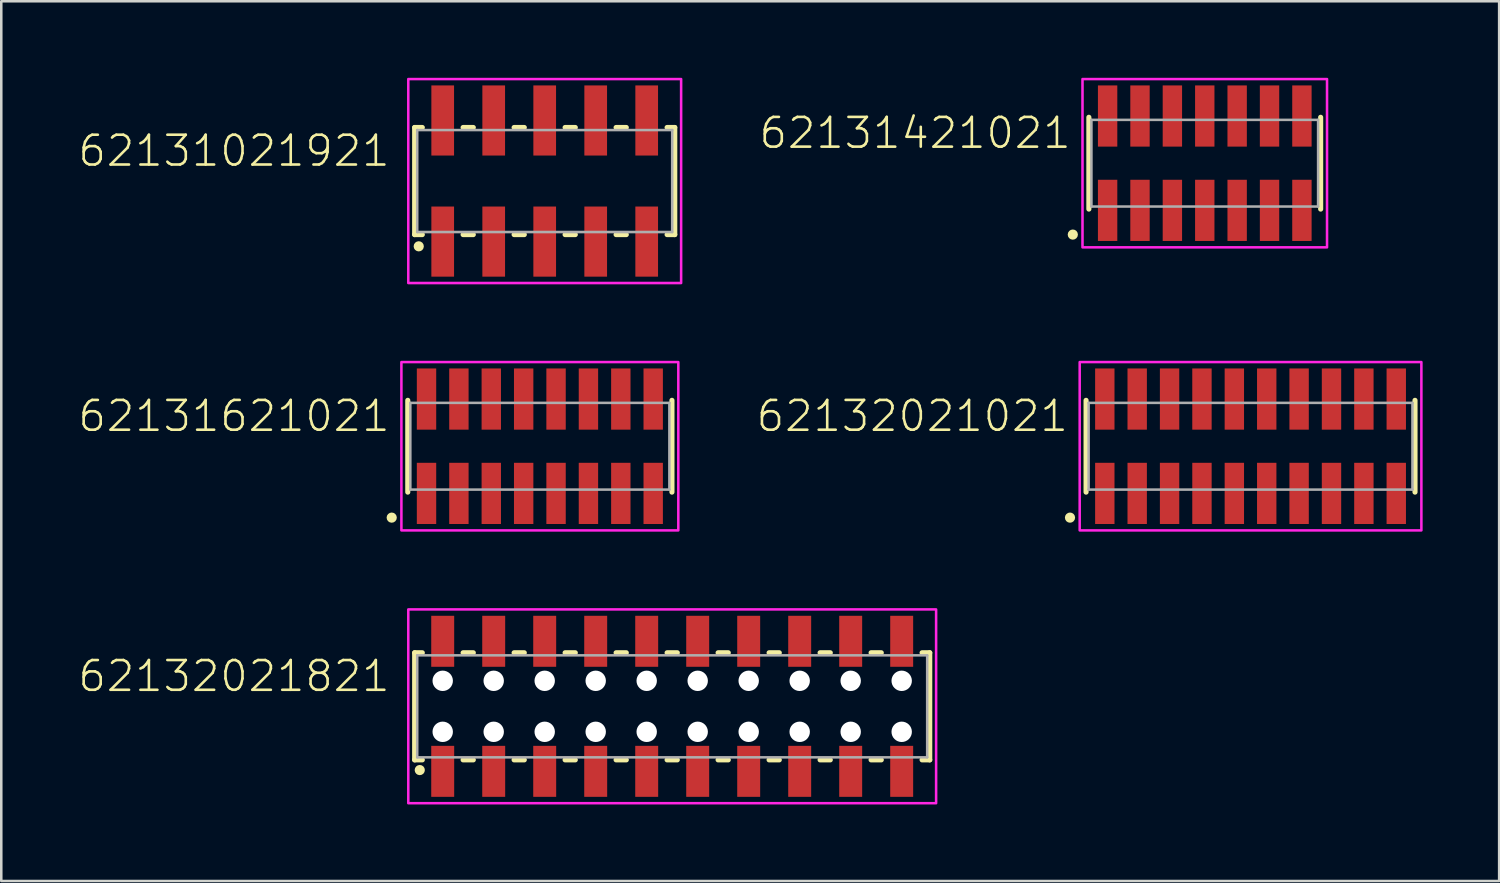
<source format=kicad_pcb>
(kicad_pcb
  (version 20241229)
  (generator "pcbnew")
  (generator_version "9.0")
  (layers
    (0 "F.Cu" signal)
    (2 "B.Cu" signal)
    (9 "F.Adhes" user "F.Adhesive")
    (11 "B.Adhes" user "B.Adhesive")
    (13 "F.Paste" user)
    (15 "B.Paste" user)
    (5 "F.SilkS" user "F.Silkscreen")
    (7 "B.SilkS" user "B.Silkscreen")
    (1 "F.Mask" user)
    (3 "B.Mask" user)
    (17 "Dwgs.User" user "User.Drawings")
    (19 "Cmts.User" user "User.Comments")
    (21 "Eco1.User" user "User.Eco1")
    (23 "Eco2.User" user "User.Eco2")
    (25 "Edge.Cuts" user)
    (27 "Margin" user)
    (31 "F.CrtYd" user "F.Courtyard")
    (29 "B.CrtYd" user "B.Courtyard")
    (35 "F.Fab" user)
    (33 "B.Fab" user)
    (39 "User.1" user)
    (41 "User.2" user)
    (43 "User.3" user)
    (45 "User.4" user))
  (footprint "62131021921"
    (layer "F.Cu")
    (at 18.312 4.05)
    (property "Reference" "62131021921" (at -6 -0.5 0) (unlocked yes) (layer "F.SilkS") (effects (font (size 1.168 1.168) (thickness 0.102)) (justify right bottom)))
    (fp_line (start -5.1 -2.1) (end -5.1 2.1) (stroke (width 0.2) (type solid)) (layer "F.SilkS"))
    (fp_line (start -5.1 2.1) (end -4.8 2.1) (stroke (width 0.2) (type solid)) (layer "F.SilkS"))
    (fp_line (start -4.8 -2.1) (end -5.1 -2.1) (stroke (width 0.2) (type solid)) (layer "F.SilkS"))
    (fp_line (start -3.2 -2.1) (end -2.8 -2.1) (stroke (width 0.2) (type solid)) (layer "F.SilkS"))
    (fp_line (start -2.8 2.1) (end -3.2 2.1) (stroke (width 0.2) (type solid)) (layer "F.SilkS"))
    (fp_line (start -1.2 -2.1) (end -0.8 -2.1) (stroke (width 0.2) (type solid)) (layer "F.SilkS"))
    (fp_line (start -0.8 2.1) (end -1.2 2.1) (stroke (width 0.2) (type solid)) (layer "F.SilkS"))
    (fp_line (start 0.8 -2.1) (end 1.2 -2.1) (stroke (width 0.2) (type solid)) (layer "F.SilkS"))
    (fp_line (start 1.2 2.1) (end 0.8 2.1) (stroke (width 0.2) (type solid)) (layer "F.SilkS"))
    (fp_line (start 2.8 -2.1) (end 3.2 -2.1) (stroke (width 0.2) (type solid)) (layer "F.SilkS"))
    (fp_line (start 3.2 2.1) (end 2.8 2.1) (stroke (width 0.2) (type solid)) (layer "F.SilkS"))
    (fp_line (start 4.8 -2.1) (end 5.1 -2.1) (stroke (width 0.2) (type solid)) (layer "F.SilkS"))
    (fp_line (start 5.1 -2.1) (end 5.1 2.1) (stroke (width 0.2) (type solid)) (layer "F.SilkS"))
    (fp_line (start 5.1 2.1) (end 4.8 2.1) (stroke (width 0.2) (type solid)) (layer "F.SilkS"))
    (fp_circle (center -4.94 2.56) (end -4.84 2.56) (stroke (width 0.2) (type solid)) (fill no) (layer "F.SilkS"))
    (fp_poly (pts (xy 5.35 4) (xy -5.35 4) (xy -5.35 -4) (xy 5.35 -4)) (stroke (width 0.1) (type default)) (fill no) (layer "F.CrtYd"))
    (fp_line (start -5 -2) (end 5 -2) (stroke (width 0.1) (type solid)) (layer "F.Fab"))
    (fp_line (start -5 2) (end -5 -2) (stroke (width 0.1) (type solid)) (layer "F.Fab"))
    (fp_line (start 5 -2) (end 5 2) (stroke (width 0.1) (type solid)) (layer "F.Fab"))
    (fp_line (start 5 2) (end -5 2) (stroke (width 0.1) (type solid)) (layer "F.Fab"))
    (pad "1" smd rect (at -4 2.375) (size 0.89 2.75) (layers "F.Cu" "F.Mask" "F.Paste"))
    (pad "2" smd rect (at -4 -2.375) (size 0.89 2.75) (layers "F.Cu" "F.Mask" "F.Paste"))
    (pad "3" smd rect (at -2 2.375) (size 0.89 2.75) (layers "F.Cu" "F.Mask" "F.Paste"))
    (pad "4" smd rect (at -2 -2.375) (size 0.89 2.75) (layers "F.Cu" "F.Mask" "F.Paste"))
    (pad "5" smd rect (at 0 2.375) (size 0.89 2.75) (layers "F.Cu" "F.Mask" "F.Paste"))
    (pad "6" smd rect (at 0 -2.375) (size 0.89 2.75) (layers "F.Cu" "F.Mask" "F.Paste"))
    (pad "7" smd rect (at 2 2.375) (size 0.89 2.75) (layers "F.Cu" "F.Mask" "F.Paste"))
    (pad "8" smd rect (at 2 -2.375) (size 0.89 2.75) (layers "F.Cu" "F.Mask" "F.Paste"))
    (pad "9" smd rect (at 4 2.375) (size 0.89 2.75) (layers "F.Cu" "F.Mask" "F.Paste"))
    (pad "10" smd rect (at 4 -2.375) (size 0.89 2.75) (layers "F.Cu" "F.Mask" "F.Paste")))
  (footprint "62132021021"
    (layer "F.Cu")
    (at 45.993 14.45)
    (property "Reference" "62132021021" (at -7.08 -0.5 0) (unlocked yes) (layer "F.SilkS") (effects (font (size 1.168 1.168) (thickness 0.102)) (justify right bottom)))
    (fp_line (start -6.45 -1.8) (end -6.45 1.8) (stroke (width 0.2) (type solid)) (layer "F.SilkS"))
    (fp_line (start 6.45 1.8) (end 6.45 -1.8) (stroke (width 0.2) (type solid)) (layer "F.SilkS"))
    (fp_circle (center -7.08 2.8) (end -6.98 2.8) (stroke (width 0.2) (type solid)) (fill no) (layer "F.SilkS"))
    (fp_poly (pts (xy 6.7 3.3) (xy -6.7 3.3) (xy -6.7 -3.3) (xy 6.7 -3.3)) (stroke (width 0.1) (type default)) (fill no) (layer "F.CrtYd"))
    (fp_line (start -6.35 -1.7) (end -6.35 1.7) (stroke (width 0.1) (type solid)) (layer "F.Fab"))
    (fp_line (start -6.35 1.7) (end 6.35 1.7) (stroke (width 0.1) (type solid)) (layer "F.Fab"))
    (fp_line (start 6.35 -1.7) (end -6.35 -1.7) (stroke (width 0.1) (type solid)) (layer "F.Fab"))
    (fp_line (start 6.35 1.7) (end 6.35 -1.7) (stroke (width 0.1) (type solid)) (layer "F.Fab"))
    (pad "1" smd rect (at -5.715 1.85) (size 0.76 2.4) (layers "F.Cu" "F.Mask" "F.Paste"))
    (pad "2" smd rect (at -5.715 -1.85) (size 0.76 2.4) (layers "F.Cu" "F.Mask" "F.Paste"))
    (pad "3" smd rect (at -4.445 1.85) (size 0.76 2.4) (layers "F.Cu" "F.Mask" "F.Paste"))
    (pad "4" smd rect (at -4.445 -1.85) (size 0.76 2.4) (layers "F.Cu" "F.Mask" "F.Paste"))
    (pad "5" smd rect (at -3.175 1.85) (size 0.76 2.4) (layers "F.Cu" "F.Mask" "F.Paste"))
    (pad "6" smd rect (at -3.175 -1.85) (size 0.76 2.4) (layers "F.Cu" "F.Mask" "F.Paste"))
    (pad "7" smd rect (at -1.905 1.85) (size 0.76 2.4) (layers "F.Cu" "F.Mask" "F.Paste"))
    (pad "8" smd rect (at -1.905 -1.85) (size 0.76 2.4) (layers "F.Cu" "F.Mask" "F.Paste"))
    (pad "9" smd rect (at -0.635 1.85) (size 0.76 2.4) (layers "F.Cu" "F.Mask" "F.Paste"))
    (pad "10" smd rect (at -0.635 -1.85) (size 0.76 2.4) (layers "F.Cu" "F.Mask" "F.Paste"))
    (pad "11" smd rect (at 0.635 1.85) (size 0.76 2.4) (layers "F.Cu" "F.Mask" "F.Paste"))
    (pad "12" smd rect (at 0.635 -1.85) (size 0.76 2.4) (layers "F.Cu" "F.Mask" "F.Paste"))
    (pad "13" smd rect (at 1.905 1.85) (size 0.76 2.4) (layers "F.Cu" "F.Mask" "F.Paste"))
    (pad "14" smd rect (at 1.905 -1.85) (size 0.76 2.4) (layers "F.Cu" "F.Mask" "F.Paste"))
    (pad "15" smd rect (at 3.175 1.85) (size 0.76 2.4) (layers "F.Cu" "F.Mask" "F.Paste"))
    (pad "16" smd rect (at 3.175 -1.85) (size 0.76 2.4) (layers "F.Cu" "F.Mask" "F.Paste"))
    (pad "17" smd rect (at 4.445 1.85) (size 0.76 2.4) (layers "F.Cu" "F.Mask" "F.Paste"))
    (pad "18" smd rect (at 4.445 -1.85) (size 0.76 2.4) (layers "F.Cu" "F.Mask" "F.Paste"))
    (pad "19" smd rect (at 5.715 1.85) (size 0.76 2.4) (layers "F.Cu" "F.Mask" "F.Paste"))
    (pad "20" smd rect (at 5.715 -1.85) (size 0.76 2.4) (layers "F.Cu" "F.Mask" "F.Paste")))
  (footprint "62132021821"
    (layer "F.Cu")
    (at 23.312 24.65)
    (property "Reference" "62132021821" (at -11 -0.5 0) (unlocked yes) (layer "F.SilkS") (effects (font (size 1.168 1.168) (thickness 0.102)) (justify right bottom)))
    (fp_line (start -10.1 -2.1) (end -10.1 2.1) (stroke (width 0.2) (type solid)) (layer "F.SilkS"))
    (fp_line (start -10.1 2.1) (end -9.8 2.1) (stroke (width 0.2) (type solid)) (layer "F.SilkS"))
    (fp_line (start -9.8 -2.1) (end -10.1 -2.1) (stroke (width 0.2) (type solid)) (layer "F.SilkS"))
    (fp_line (start -8.2 -2.1) (end -7.8 -2.1) (stroke (width 0.2) (type solid)) (layer "F.SilkS"))
    (fp_line (start -8.2 2.1) (end -7.8 2.1) (stroke (width 0.2) (type solid)) (layer "F.SilkS"))
    (fp_line (start -6.2 -2.1) (end -5.8 -2.1) (stroke (width 0.2) (type solid)) (layer "F.SilkS"))
    (fp_line (start -6.2 2.1) (end -5.8 2.1) (stroke (width 0.2) (type solid)) (layer "F.SilkS"))
    (fp_line (start -4.2 -2.1) (end -3.8 -2.1) (stroke (width 0.2) (type solid)) (layer "F.SilkS"))
    (fp_line (start -4.2 2.1) (end -3.8 2.1) (stroke (width 0.2) (type solid)) (layer "F.SilkS"))
    (fp_line (start -2.2 -2.1) (end -1.8 -2.1) (stroke (width 0.2) (type solid)) (layer "F.SilkS"))
    (fp_line (start -2.2 2.1) (end -1.8 2.1) (stroke (width 0.2) (type solid)) (layer "F.SilkS"))
    (fp_line (start -0.2 -2.1) (end 0.2 -2.1) (stroke (width 0.2) (type solid)) (layer "F.SilkS"))
    (fp_line (start -0.2 2.1) (end 0.2 2.1) (stroke (width 0.2) (type solid)) (layer "F.SilkS"))
    (fp_line (start 1.8 -2.1) (end 2.2 -2.1) (stroke (width 0.2) (type solid)) (layer "F.SilkS"))
    (fp_line (start 1.8 2.1) (end 2.2 2.1) (stroke (width 0.2) (type solid)) (layer "F.SilkS"))
    (fp_line (start 3.8 -2.1) (end 4.2 -2.1) (stroke (width 0.2) (type solid)) (layer "F.SilkS"))
    (fp_line (start 3.8 2.1) (end 4.2 2.1) (stroke (width 0.2) (type solid)) (layer "F.SilkS"))
    (fp_line (start 5.8 -2.1) (end 6.2 -2.1) (stroke (width 0.2) (type solid)) (layer "F.SilkS"))
    (fp_line (start 5.8 2.1) (end 6.2 2.1) (stroke (width 0.2) (type solid)) (layer "F.SilkS"))
    (fp_line (start 7.8 -2.1) (end 8.2 -2.1) (stroke (width 0.2) (type solid)) (layer "F.SilkS"))
    (fp_line (start 7.8 2.1) (end 8.2 2.1) (stroke (width 0.2) (type solid)) (layer "F.SilkS"))
    (fp_line (start 9.8 -2.1) (end 10.1 -2.1) (stroke (width 0.2) (type solid)) (layer "F.SilkS"))
    (fp_line (start 10.1 -2.1) (end 10.1 2.1) (stroke (width 0.2) (type solid)) (layer "F.SilkS"))
    (fp_line (start 10.1 2.1) (end 9.8 2.1) (stroke (width 0.2) (type solid)) (layer "F.SilkS"))
    (fp_circle (center -9.9 2.5) (end -9.8 2.5) (stroke (width 0.2) (type solid)) (fill no) (layer "F.SilkS"))
    (fp_poly (pts (xy 10.35 3.8) (xy -10.35 3.8) (xy -10.35 -3.8) (xy 10.35 -3.8)) (stroke (width 0.1) (type default)) (fill no) (layer "F.CrtYd"))
    (fp_line (start -10 -2) (end 10 -2) (stroke (width 0.1) (type solid)) (layer "F.Fab"))
    (fp_line (start -10 2) (end -10 -2) (stroke (width 0.1) (type solid)) (layer "F.Fab"))
    (fp_line (start 10 -2) (end 10 2) (stroke (width 0.1) (type solid)) (layer "F.Fab"))
    (fp_line (start 10 2) (end -10 2) (stroke (width 0.1) (type solid)) (layer "F.Fab"))
    (pad "" np_thru_hole circle (at -9 -1) (size 0.8 0.8) (drill 0.8) (layers "*.Cu" "*.Mask"))
    (pad "" np_thru_hole circle (at -9 1) (size 0.8 0.8) (drill 0.8) (layers "*.Cu" "*.Mask"))
    (pad "" np_thru_hole circle (at -7 -1) (size 0.8 0.8) (drill 0.8) (layers "*.Cu" "*.Mask"))
    (pad "" np_thru_hole circle (at -7 1) (size 0.8 0.8) (drill 0.8) (layers "*.Cu" "*.Mask"))
    (pad "" np_thru_hole circle (at -5 -1) (size 0.8 0.8) (drill 0.8) (layers "*.Cu" "*.Mask"))
    (pad "" np_thru_hole circle (at -5 1) (size 0.8 0.8) (drill 0.8) (layers "*.Cu" "*.Mask"))
    (pad "" np_thru_hole circle (at -3 -1) (size 0.8 0.8) (drill 0.8) (layers "*.Cu" "*.Mask"))
    (pad "" np_thru_hole circle (at -3 1) (size 0.8 0.8) (drill 0.8) (layers "*.Cu" "*.Mask"))
    (pad "" np_thru_hole circle (at -1 -1) (size 0.8 0.8) (drill 0.8) (layers "*.Cu" "*.Mask"))
    (pad "" np_thru_hole circle (at -1 1) (size 0.8 0.8) (drill 0.8) (layers "*.Cu" "*.Mask"))
    (pad "" np_thru_hole circle (at 1 -1) (size 0.8 0.8) (drill 0.8) (layers "*.Cu" "*.Mask"))
    (pad "" np_thru_hole circle (at 1 1) (size 0.8 0.8) (drill 0.8) (layers "*.Cu" "*.Mask"))
    (pad "" np_thru_hole circle (at 3 -1) (size 0.8 0.8) (drill 0.8) (layers "*.Cu" "*.Mask"))
    (pad "" np_thru_hole circle (at 3 1) (size 0.8 0.8) (drill 0.8) (layers "*.Cu" "*.Mask"))
    (pad "" np_thru_hole circle (at 5 -1) (size 0.8 0.8) (drill 0.8) (layers "*.Cu" "*.Mask"))
    (pad "" np_thru_hole circle (at 5 1) (size 0.8 0.8) (drill 0.8) (layers "*.Cu" "*.Mask"))
    (pad "" np_thru_hole circle (at 7 -1) (size 0.8 0.8) (drill 0.8) (layers "*.Cu" "*.Mask"))
    (pad "" np_thru_hole circle (at 7 1) (size 0.8 0.8) (drill 0.8) (layers "*.Cu" "*.Mask"))
    (pad "" np_thru_hole circle (at 9 -1) (size 0.8 0.8) (drill 0.8) (layers "*.Cu" "*.Mask"))
    (pad "" np_thru_hole circle (at 9 1) (size 0.8 0.8) (drill 0.8) (layers "*.Cu" "*.Mask"))
    (pad "1" smd rect (at -9 2.55) (size 0.9 2) (layers "F.Cu" "F.Mask" "F.Paste"))
    (pad "2" smd rect (at -9 -2.55) (size 0.9 2) (layers "F.Cu" "F.Mask" "F.Paste"))
    (pad "3" smd rect (at -7 2.55) (size 0.9 2) (layers "F.Cu" "F.Mask" "F.Paste"))
    (pad "4" smd rect (at -7 -2.55) (size 0.9 2) (layers "F.Cu" "F.Mask" "F.Paste"))
    (pad "5" smd rect (at -5 2.55) (size 0.9 2) (layers "F.Cu" "F.Mask" "F.Paste"))
    (pad "6" smd rect (at -5 -2.55) (size 0.9 2) (layers "F.Cu" "F.Mask" "F.Paste"))
    (pad "7" smd rect (at -3 2.55) (size 0.9 2) (layers "F.Cu" "F.Mask" "F.Paste"))
    (pad "8" smd rect (at -3 -2.55) (size 0.9 2) (layers "F.Cu" "F.Mask" "F.Paste"))
    (pad "9" smd rect (at -1 2.55) (size 0.9 2) (layers "F.Cu" "F.Mask" "F.Paste"))
    (pad "10" smd rect (at -1 -2.55) (size 0.9 2) (layers "F.Cu" "F.Mask" "F.Paste"))
    (pad "11" smd rect (at 1 2.55) (size 0.9 2) (layers "F.Cu" "F.Mask" "F.Paste"))
    (pad "12" smd rect (at 1 -2.55) (size 0.9 2) (layers "F.Cu" "F.Mask" "F.Paste"))
    (pad "13" smd rect (at 3 2.55) (size 0.9 2) (layers "F.Cu" "F.Mask" "F.Paste"))
    (pad "14" smd rect (at 3 -2.55) (size 0.9 2) (layers "F.Cu" "F.Mask" "F.Paste"))
    (pad "15" smd rect (at 5 2.55) (size 0.9 2) (layers "F.Cu" "F.Mask" "F.Paste"))
    (pad "16" smd rect (at 5 -2.55) (size 0.9 2) (layers "F.Cu" "F.Mask" "F.Paste"))
    (pad "17" smd rect (at 7 2.55) (size 0.9 2) (layers "F.Cu" "F.Mask" "F.Paste"))
    (pad "18" smd rect (at 7 -2.55) (size 0.9 2) (layers "F.Cu" "F.Mask" "F.Paste"))
    (pad "19" smd rect (at 9 2.55) (size 0.9 2) (layers "F.Cu" "F.Mask" "F.Paste"))
    (pad "20" smd rect (at 9 -2.55) (size 0.9 2) (layers "F.Cu" "F.Mask" "F.Paste")))
  (footprint "62131621021"
    (layer "F.Cu")
    (at 18.122 14.45)
    (property "Reference" "62131621021" (at -5.81 -0.5 0) (unlocked yes) (layer "F.SilkS") (effects (font (size 1.168 1.168) (thickness 0.102)) (justify right bottom)))
    (fp_line (start -5.18 -1.8) (end -5.18 1.8) (stroke (width 0.2) (type solid)) (layer "F.SilkS"))
    (fp_line (start 5.18 1.8) (end 5.18 -1.8) (stroke (width 0.2) (type solid)) (layer "F.SilkS"))
    (fp_circle (center -5.81 2.8) (end -5.71 2.8) (stroke (width 0.2) (type solid)) (fill no) (layer "F.SilkS"))
    (fp_poly (pts (xy 5.43 3.3) (xy -5.43 3.3) (xy -5.43 -3.3) (xy 5.43 -3.3)) (stroke (width 0.1) (type default)) (fill no) (layer "F.CrtYd"))
    (fp_line (start -5.08 -1.7) (end -5.08 1.7) (stroke (width 0.1) (type solid)) (layer "F.Fab"))
    (fp_line (start -5.08 1.7) (end 5.08 1.7) (stroke (width 0.1) (type solid)) (layer "F.Fab"))
    (fp_line (start 5.08 -1.7) (end -5.08 -1.7) (stroke (width 0.1) (type solid)) (layer "F.Fab"))
    (fp_line (start 5.08 1.7) (end 5.08 -1.7) (stroke (width 0.1) (type solid)) (layer "F.Fab"))
    (pad "1" smd rect (at -4.445 1.85) (size 0.76 2.4) (layers "F.Cu" "F.Mask" "F.Paste"))
    (pad "2" smd rect (at -4.445 -1.85) (size 0.76 2.4) (layers "F.Cu" "F.Mask" "F.Paste"))
    (pad "3" smd rect (at -3.175 1.85) (size 0.76 2.4) (layers "F.Cu" "F.Mask" "F.Paste"))
    (pad "4" smd rect (at -3.175 -1.85) (size 0.76 2.4) (layers "F.Cu" "F.Mask" "F.Paste"))
    (pad "5" smd rect (at -1.905 1.85) (size 0.76 2.4) (layers "F.Cu" "F.Mask" "F.Paste"))
    (pad "6" smd rect (at -1.905 -1.85) (size 0.76 2.4) (layers "F.Cu" "F.Mask" "F.Paste"))
    (pad "7" smd rect (at -0.635 1.85) (size 0.76 2.4) (layers "F.Cu" "F.Mask" "F.Paste"))
    (pad "8" smd rect (at -0.635 -1.85) (size 0.76 2.4) (layers "F.Cu" "F.Mask" "F.Paste"))
    (pad "9" smd rect (at 0.635 1.85) (size 0.76 2.4) (layers "F.Cu" "F.Mask" "F.Paste"))
    (pad "10" smd rect (at 0.635 -1.85) (size 0.76 2.4) (layers "F.Cu" "F.Mask" "F.Paste"))
    (pad "11" smd rect (at 1.905 1.85) (size 0.76 2.4) (layers "F.Cu" "F.Mask" "F.Paste"))
    (pad "12" smd rect (at 1.905 -1.85) (size 0.76 2.4) (layers "F.Cu" "F.Mask" "F.Paste"))
    (pad "13" smd rect (at 3.175 1.85) (size 0.76 2.4) (layers "F.Cu" "F.Mask" "F.Paste"))
    (pad "14" smd rect (at 3.175 -1.85) (size 0.76 2.4) (layers "F.Cu" "F.Mask" "F.Paste"))
    (pad "15" smd rect (at 4.445 1.85) (size 0.76 2.4) (layers "F.Cu" "F.Mask" "F.Paste"))
    (pad "16" smd rect (at 4.445 -1.85) (size 0.76 2.4) (layers "F.Cu" "F.Mask" "F.Paste")))
  (footprint "62131421021"
    (layer "F.Cu")
    (at 44.198 3.35)
    (property "Reference" "62131421021" (at -5.175 -0.5 0) (unlocked yes) (layer "F.SilkS") (effects (font (size 1.168 1.168) (thickness 0.102)) (justify right bottom)))
    (fp_line (start -4.545 -1.8) (end -4.545 1.8) (stroke (width 0.2) (type solid)) (layer "F.SilkS"))
    (fp_line (start 4.545 1.8) (end 4.545 -1.8) (stroke (width 0.2) (type solid)) (layer "F.SilkS"))
    (fp_circle (center -5.175 2.8) (end -5.075 2.8) (stroke (width 0.2) (type solid)) (fill no) (layer "F.SilkS"))
    (fp_poly (pts (xy 4.795 3.3) (xy -4.795 3.3) (xy -4.795 -3.3) (xy 4.795 -3.3)) (stroke (width 0.1) (type default)) (fill no) (layer "F.CrtYd"))
    (fp_line (start -4.445 -1.7) (end -4.445 1.7) (stroke (width 0.1) (type solid)) (layer "F.Fab"))
    (fp_line (start -4.445 1.7) (end 4.445 1.7) (stroke (width 0.1) (type solid)) (layer "F.Fab"))
    (fp_line (start 4.445 -1.7) (end -4.445 -1.7) (stroke (width 0.1) (type solid)) (layer "F.Fab"))
    (fp_line (start 4.445 1.7) (end 4.445 -1.7) (stroke (width 0.1) (type solid)) (layer "F.Fab"))
    (pad "1" smd rect (at -3.81 1.85) (size 0.76 2.4) (layers "F.Cu" "F.Mask" "F.Paste"))
    (pad "2" smd rect (at -3.81 -1.85) (size 0.76 2.4) (layers "F.Cu" "F.Mask" "F.Paste"))
    (pad "3" smd rect (at -2.54 1.85) (size 0.76 2.4) (layers "F.Cu" "F.Mask" "F.Paste"))
    (pad "4" smd rect (at -2.54 -1.85) (size 0.76 2.4) (layers "F.Cu" "F.Mask" "F.Paste"))
    (pad "5" smd rect (at -1.27 1.85) (size 0.76 2.4) (layers "F.Cu" "F.Mask" "F.Paste"))
    (pad "6" smd rect (at -1.27 -1.85) (size 0.76 2.4) (layers "F.Cu" "F.Mask" "F.Paste"))
    (pad "7" smd rect (at 0 1.85) (size 0.76 2.4) (layers "F.Cu" "F.Mask" "F.Paste"))
    (pad "8" smd rect (at 0 -1.85) (size 0.76 2.4) (layers "F.Cu" "F.Mask" "F.Paste"))
    (pad "9" smd rect (at 1.27 1.85) (size 0.76 2.4) (layers "F.Cu" "F.Mask" "F.Paste"))
    (pad "10" smd rect (at 1.27 -1.85) (size 0.76 2.4) (layers "F.Cu" "F.Mask" "F.Paste"))
    (pad "11" smd rect (at 2.54 1.85) (size 0.76 2.4) (layers "F.Cu" "F.Mask" "F.Paste"))
    (pad "12" smd rect (at 2.54 -1.85) (size 0.76 2.4) (layers "F.Cu" "F.Mask" "F.Paste"))
    (pad "13" smd rect (at 3.81 1.85) (size 0.76 2.4) (layers "F.Cu" "F.Mask" "F.Paste"))
    (pad "14" smd rect (at 3.81 -1.85) (size 0.76 2.4) (layers "F.Cu" "F.Mask" "F.Paste")))
  (gr_rect
    (start -3 -3)
    (end 55.743 31.5)
    (stroke (width 0.1) (type default))
    (fill no)
    (layer "Edge.Cuts")))
</source>
